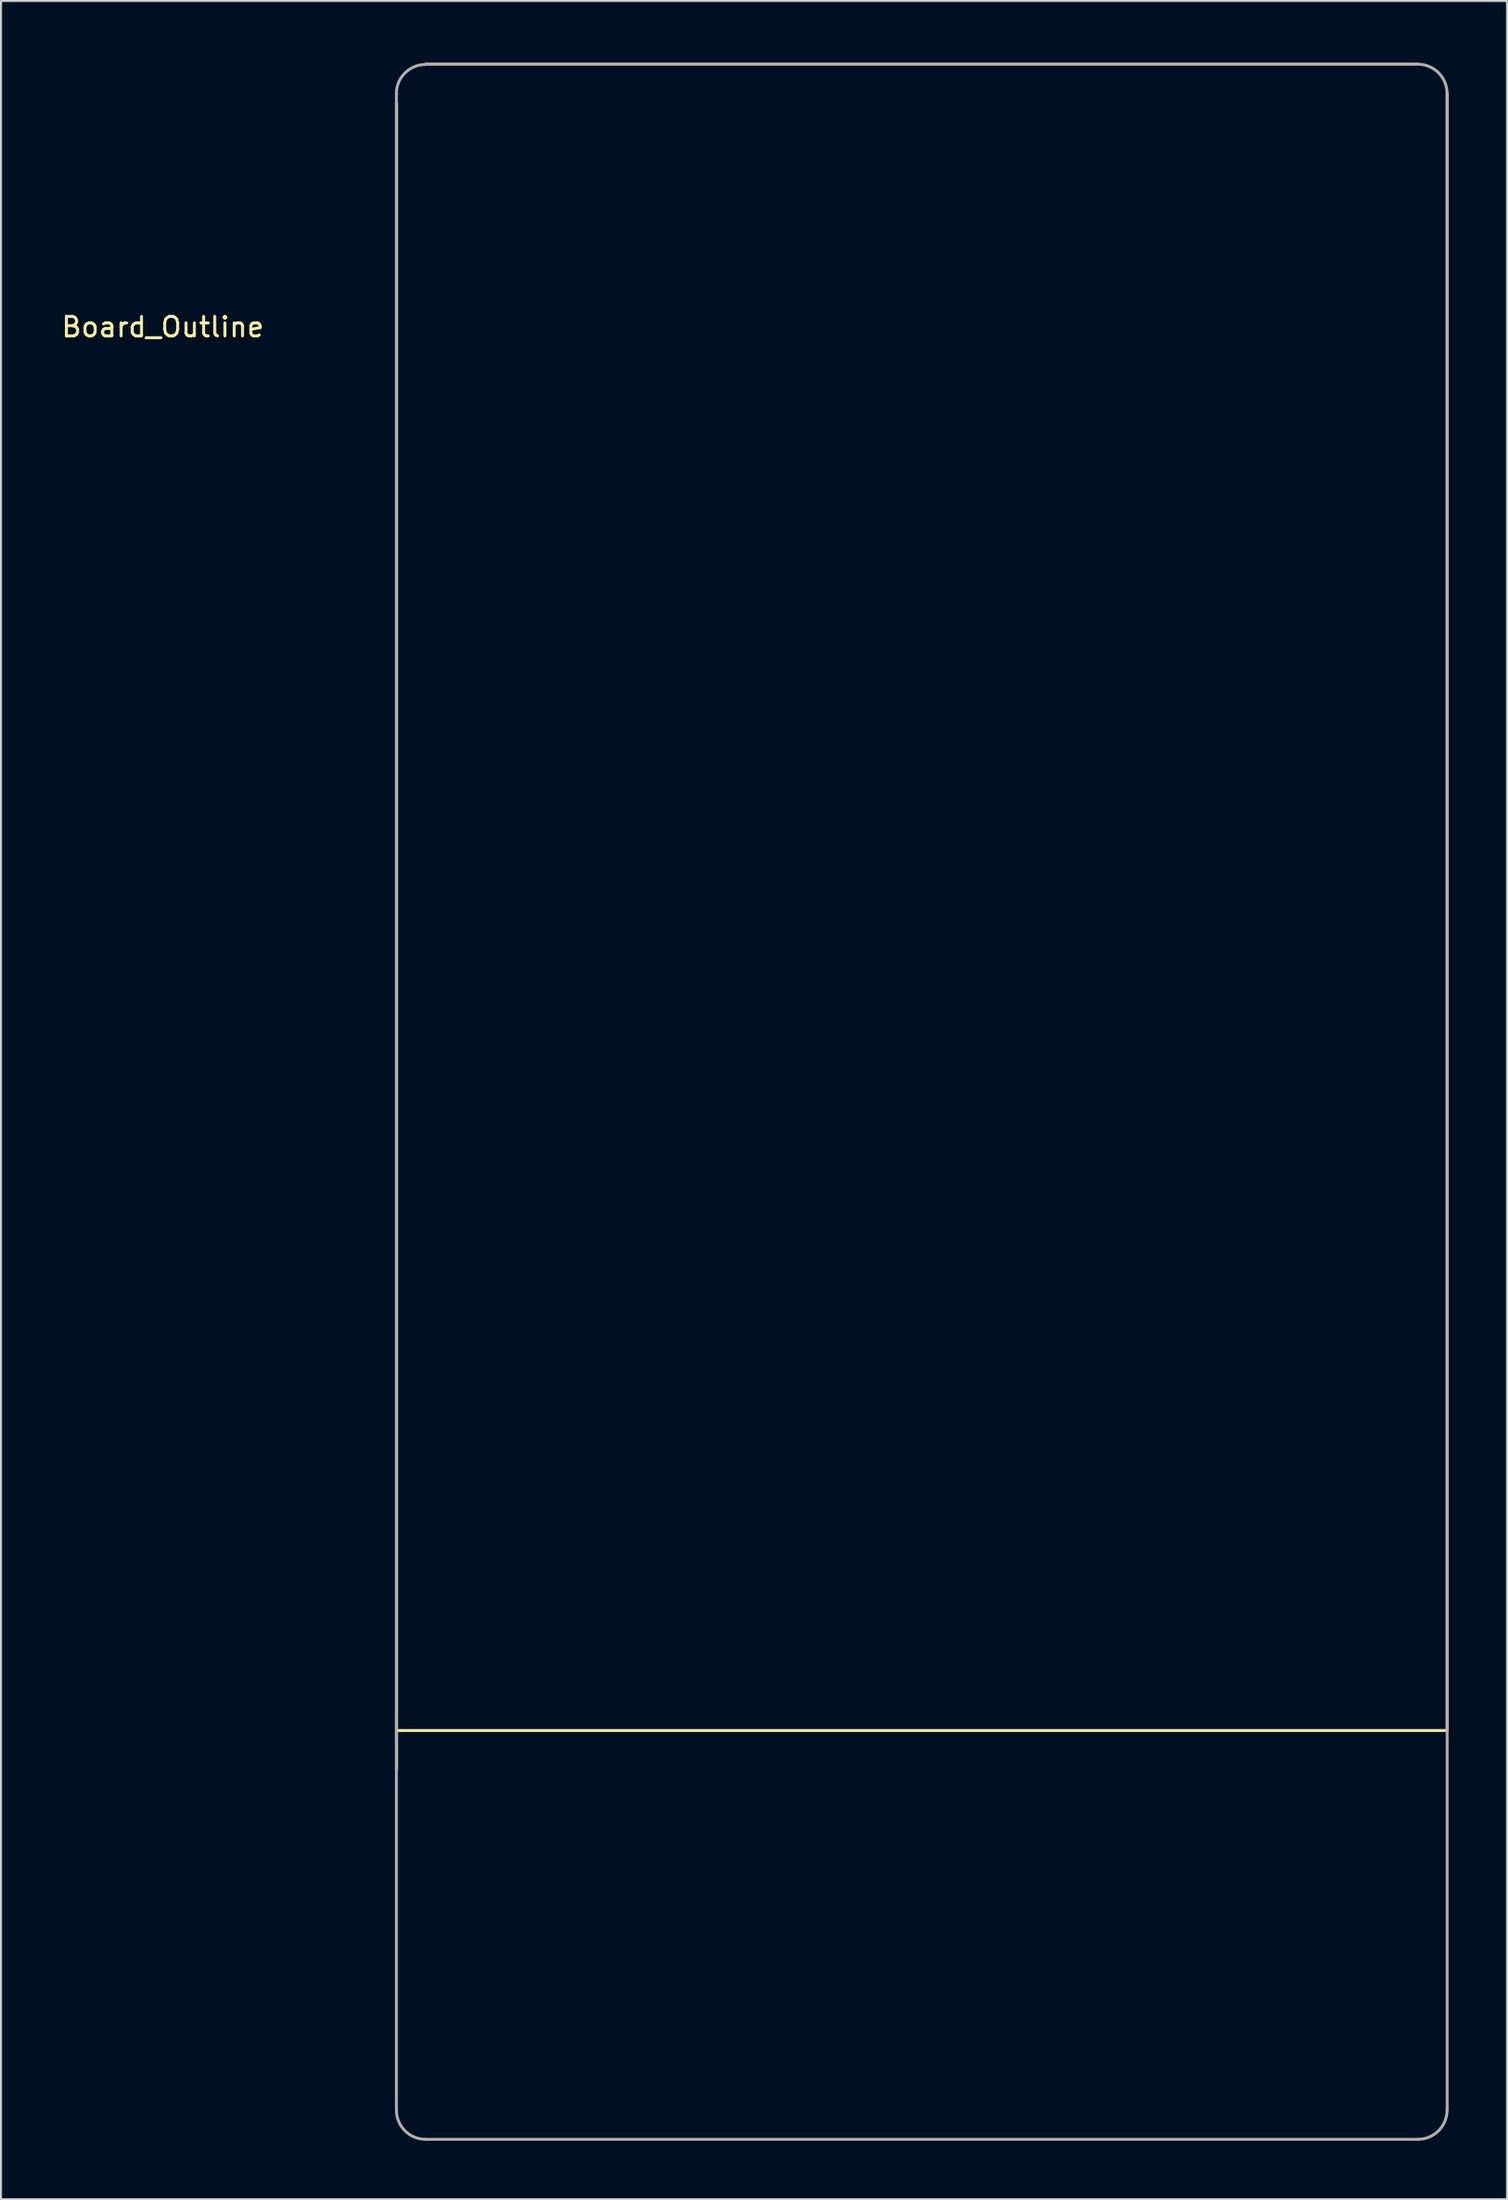
<source format=kicad_pcb>
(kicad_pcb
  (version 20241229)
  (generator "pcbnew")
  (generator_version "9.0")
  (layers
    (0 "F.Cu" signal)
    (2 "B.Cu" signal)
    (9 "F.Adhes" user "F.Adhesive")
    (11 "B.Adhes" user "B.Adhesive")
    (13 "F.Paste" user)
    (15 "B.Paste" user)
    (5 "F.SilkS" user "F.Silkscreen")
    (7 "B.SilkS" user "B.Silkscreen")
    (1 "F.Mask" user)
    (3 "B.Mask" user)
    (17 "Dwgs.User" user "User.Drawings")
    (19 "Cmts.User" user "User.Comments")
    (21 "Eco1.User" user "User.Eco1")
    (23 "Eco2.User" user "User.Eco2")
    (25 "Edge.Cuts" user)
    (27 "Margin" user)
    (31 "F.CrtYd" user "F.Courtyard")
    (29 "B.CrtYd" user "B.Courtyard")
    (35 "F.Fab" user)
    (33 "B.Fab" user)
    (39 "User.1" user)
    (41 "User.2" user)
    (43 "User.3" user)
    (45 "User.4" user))
  (footprint "Board_Outline"
    (layer "F.Cu")
    (at 17.315 0.25)
    (property "Reference" "Board_Outline" (at -12 13.5 0) (layer "F.SilkS") (effects (font (size 1 1) (thickness 0.15))))
    (attr through_hole)
    (fp_line (start 0 2) (end 0 87.6) (stroke (width 0.15) (type solid)) (layer "F.SilkS"))
    (fp_line (start 0 85.6) (end 53.98 85.6) (stroke (width 0.15) (type solid)) (layer "F.SilkS"))
    (fp_line (start 1.5 0) (end 52.48 0) (stroke (width 0.15) (type solid)) (layer "F.SilkS"))
    (fp_line (start 53.98 1.5) (end 53.98 85.6) (stroke (width 0.15) (type solid)) (layer "F.SilkS"))
    (fp_line (start 0 1.5) (end 0 105.1) (stroke (width 0.15) (type solid)) (layer "F.Fab"))
    (fp_line (start 1.5 0) (end 52.48 0) (stroke (width 0.15) (type solid)) (layer "F.Fab"))
    (fp_line (start 1.5 106.6) (end 52.48 106.6) (stroke (width 0.15) (type solid)) (layer "F.Fab"))
    (fp_line (start 53.98 1.5) (end 53.98 105.1) (stroke (width 0.15) (type solid)) (layer "F.Fab"))
    (fp_arc (start -0.0025 1.5125) (mid 0.43684 0.45184) (end 1.4975 0.0125) (stroke (width 0.15) (type solid)) (layer "F.Fab"))
    (fp_arc (start 1.5 106.6) (mid 0.43934 106.16066) (end 0 105.1) (stroke (width 0.15) (type solid)) (layer "F.Fab"))
    (fp_arc (start 52.475 0) (mid 53.53566 0.43934) (end 53.975 1.5) (stroke (width 0.15) (type solid)) (layer "F.Fab"))
    (fp_arc (start 53.975 105.1) (mid 53.53566 106.16066) (end 52.475 106.6) (stroke (width 0.15) (type solid)) (layer "F.Fab")))
  (gr_rect
    (start -3 -3)
    (end 74.37 109.925)
    (stroke (width 0.1) (type default))
    (fill no)
    (layer "Edge.Cuts")))
</source>
